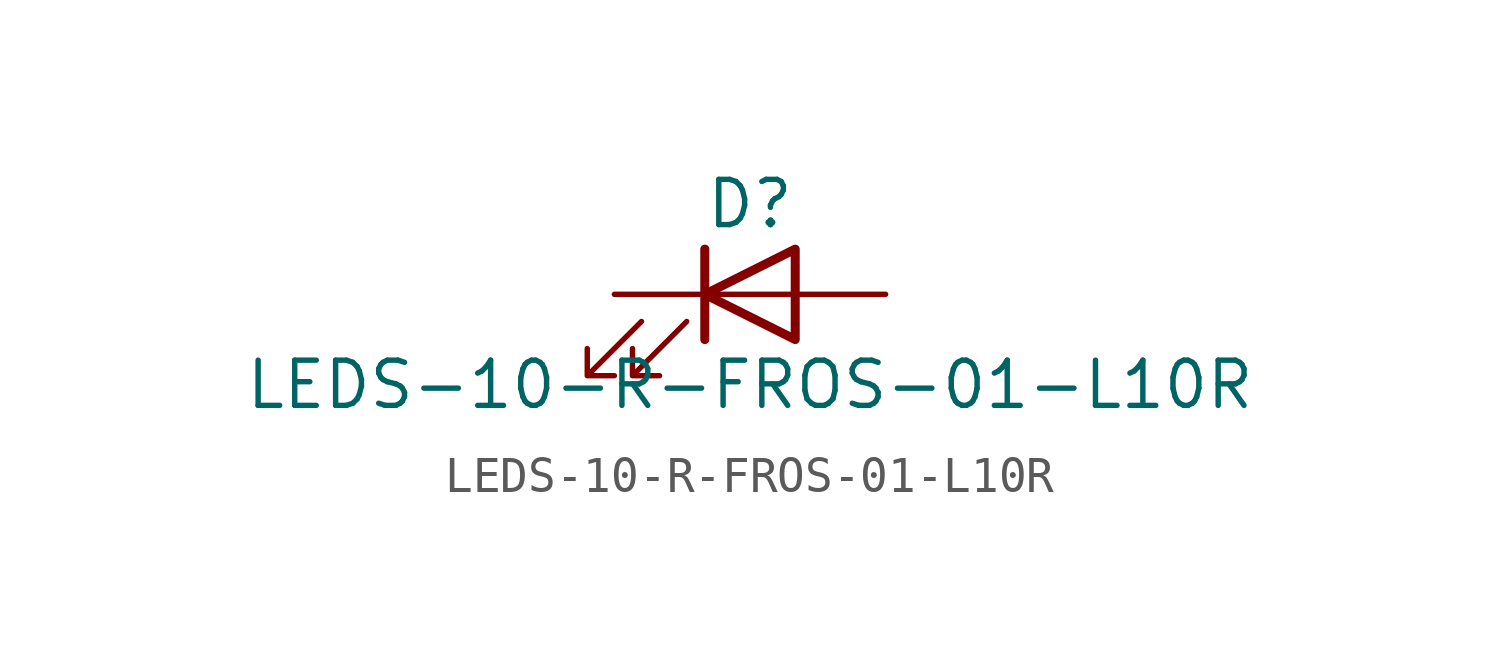
<source format=kicad_sym>
(kicad_symbol_lib
  (version 20211014)
  (generator kicad_symbol_editor)
  (symbol "LEDS-10-R-FROS-01-L10R"
    (pin_numbers hide)
    (pin_names
      (offset 1.016) hide)
    (property "Reference" "D"
      (at 0 2.54 0)
      (effects (font (size 1.27 1.27))))
    (property "Value" "LEDS-10-R-FROS-01-L10R"
      (at 0 -2.54 0)
      (effects (font (size 1.27 1.27))))
    (symbol "LEDS-10-R-FROS-01-L10R_0_1"
      (polyline (pts (xy -1.27 -1.27) (xy -1.27 1.27)) (stroke (width 0.254) (type default) (color 0 0 0 0)) (fill (type none)))
      (polyline (pts (xy -1.27 0) (xy 1.27 0)) (stroke (width 0) (type default) (color 0 0 0 0)) (fill (type none)))
      (polyline (pts (xy 1.27 -1.27) (xy 1.27 1.27) (xy -1.27 0) (xy 1.27 -1.27)) (stroke (width 0.254) (type default) (color 0 0 0 0)) (fill (type none)))
      (polyline (pts (xy -3.048 -0.762) (xy -4.572 -2.286) (xy -3.81 -2.286) (xy -4.572 -2.286) (xy -4.572 -1.524)) (stroke (width 0) (type default) (color 0 0 0 0)) (fill (type none)))
      (polyline (pts (xy -1.778 -0.762) (xy -3.302 -2.286) (xy -2.54 -2.286) (xy -3.302 -2.286) (xy -3.302 -1.524)) (stroke (width 0) (type default) (color 0 0 0 0)) (fill (type none))))
    (symbol "LEDS-10-R-FROS-01-L10R_1_1"
      (pin passive line (at -3.81 0 0) (length 2.54) (name "K" (effects (font (size 1.27 1.27)))) (number "1" (effects (font (size 1.27 1.27)))))
      (pin passive line (at 3.81 0 180) (length 2.54) (name "A" (effects (font (size 1.27 1.27)))) (number "2" (effects (font (size 1.27 1.27))))))))
</source>
